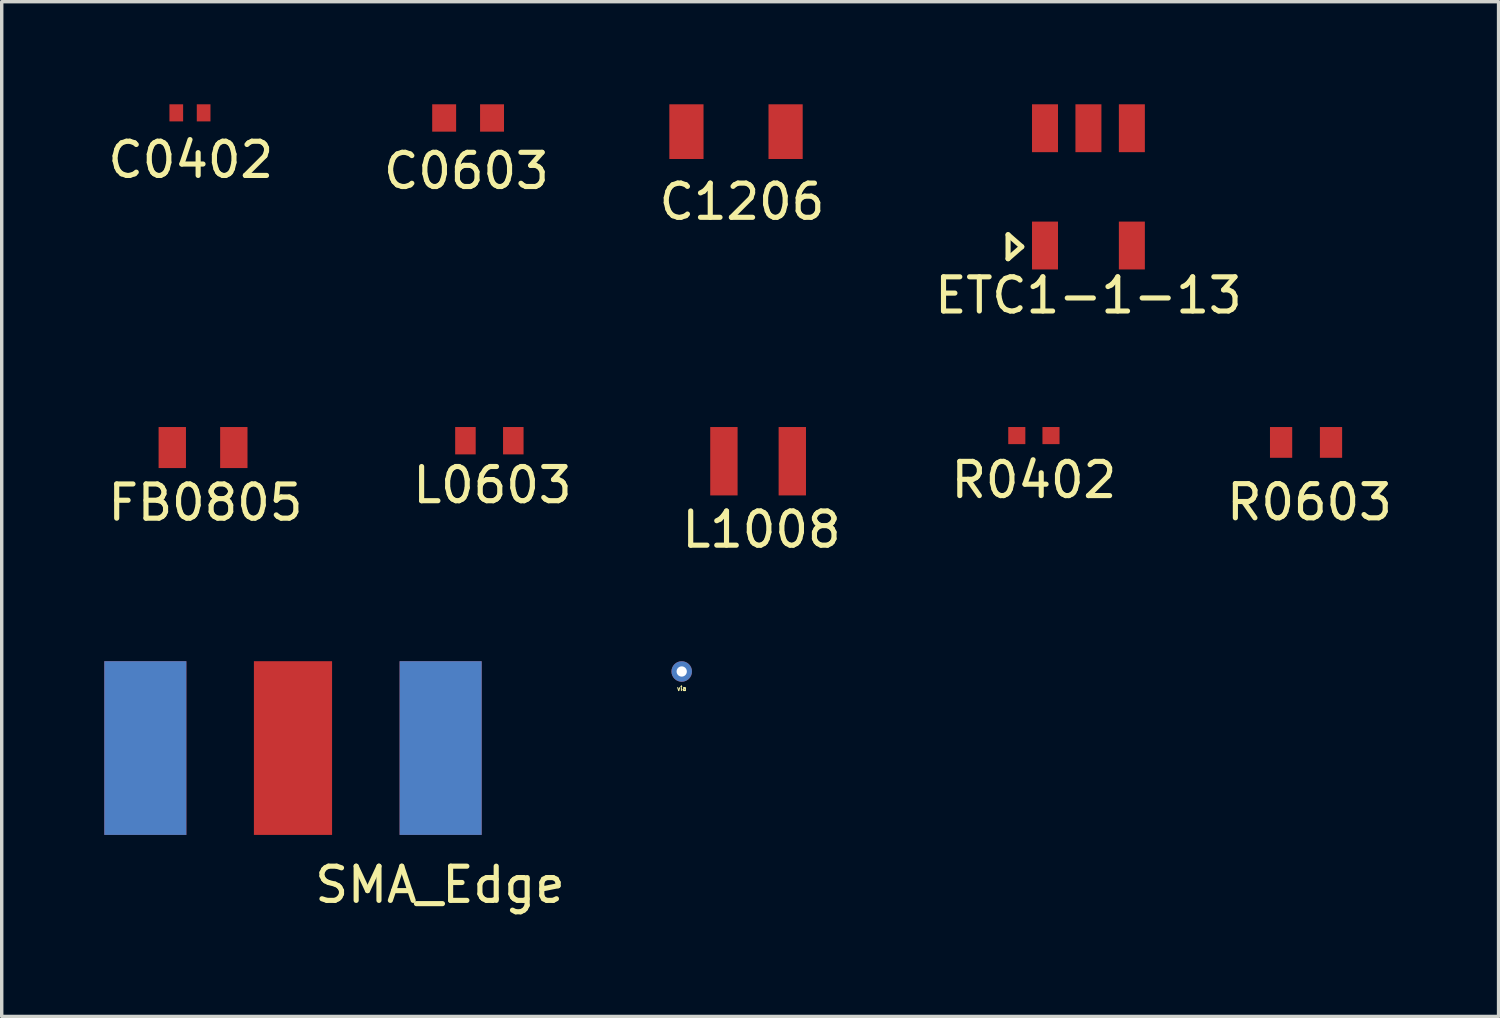
<source format=kicad_pcb>
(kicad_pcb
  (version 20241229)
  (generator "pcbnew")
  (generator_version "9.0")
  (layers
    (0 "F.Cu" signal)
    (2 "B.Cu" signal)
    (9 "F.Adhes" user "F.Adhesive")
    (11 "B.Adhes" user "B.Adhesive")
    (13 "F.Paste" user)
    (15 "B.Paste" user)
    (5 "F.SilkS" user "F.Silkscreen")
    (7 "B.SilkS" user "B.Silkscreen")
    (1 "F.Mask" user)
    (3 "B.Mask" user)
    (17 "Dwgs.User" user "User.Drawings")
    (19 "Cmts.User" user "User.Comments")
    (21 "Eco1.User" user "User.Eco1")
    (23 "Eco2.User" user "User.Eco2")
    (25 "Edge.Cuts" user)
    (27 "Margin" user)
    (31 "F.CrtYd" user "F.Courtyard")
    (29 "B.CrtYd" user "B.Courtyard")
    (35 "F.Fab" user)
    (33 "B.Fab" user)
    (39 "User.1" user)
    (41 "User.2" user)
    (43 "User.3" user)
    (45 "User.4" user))
  (footprint "L1008"
    (layer "F.Cu")
    (at 19.12 10.438)
    (property "Reference" "L1008" (at 0.1 2 0) (layer "F.SilkS") (effects (font (size 1 1) (thickness 0.15))))
    (attr smd)
    (pad "1" smd rect (at -1 0) (size 0.8 2) (layers "F.Cu" "F.Mask" "F.Paste"))
    (pad "2" smd rect (at 1 0) (size 0.8 2) (layers "F.Cu" "F.Mask" "F.Paste")))
  (footprint "C0402"
    (layer "F.Cu")
    (at 2.505 0.25)
    (property "Reference" "C0402" (at 0.025 1.375 0) (layer "F.SilkS") (effects (font (size 1 1) (thickness 0.15))))
    (attr through_hole)
    (pad "1" smd rect (at -0.4 0) (size 0.4 0.5) (layers "F.Cu" "F.Mask" "F.Paste"))
    (pad "2" smd rect (at 0.4 0) (size 0.4 0.5) (layers "F.Cu" "F.Mask" "F.Paste")))
  (footprint "FB0805"
    (layer "F.Cu")
    (at 2.888 10.038)
    (property "Reference" "FB0805" (at 0.07 1.61 0) (layer "F.SilkS") (effects (font (size 1 1) (thickness 0.15))))
    (attr through_hole)
    (pad "1" smd rect (at -0.9 0) (size 0.8 1.2) (layers "F.Cu" "F.Mask" "F.Paste"))
    (pad "2" smd rect (at 0.9 0) (size 0.8 1.2) (layers "F.Cu" "F.Mask" "F.Paste")))
  (footprint "ETC1-1-13"
    (layer "F.Cu")
    (at 28.78 2.415)
    (property "Reference" "ETC1-1-13" (at 0 3.175 0) (layer "F.SilkS") (effects (font (size 1 1) (thickness 0.15))))
    (attr through_hole)
    (fp_line (start -2.35 1.4) (end -2.35 2.1) (stroke (width 0.15) (type solid)) (layer "F.SilkS"))
    (fp_line (start -2.35 2.1) (end -1.95 1.75) (stroke (width 0.15) (type solid)) (layer "F.SilkS"))
    (fp_line (start -1.95 1.75) (end -2.35 1.4) (stroke (width 0.15) (type solid)) (layer "F.SilkS"))
    (pad "1" smd rect (at -1.27 1.715) (size 0.76 1.4) (layers "F.Cu" "F.Mask" "F.Paste"))
    (pad "2" smd rect (at 1.27 1.715) (size 0.76 1.4) (layers "F.Cu" "F.Mask" "F.Paste"))
    (pad "3" smd rect (at 1.27 -1.715) (size 0.76 1.4) (layers "F.Cu" "F.Mask" "F.Paste"))
    (pad "4" smd rect (at 0 -1.715) (size 0.76 1.4) (layers "F.Cu" "F.Mask" "F.Paste"))
    (pad "5" smd rect (at -1.27 -1.715) (size 0.76 1.4) (layers "F.Cu" "F.Mask" "F.Paste")))
  (footprint "C1206"
    (layer "F.Cu")
    (at 18.474 0.8)
    (property "Reference" "C1206" (at 0.175 2.05 0) (layer "F.SilkS") (effects (font (size 1 1) (thickness 0.15))))
    (attr smd)
    (pad "1" smd rect (at -1.45 0) (size 1 1.6) (layers "F.Cu" "F.Mask" "F.Paste"))
    (pad "2" smd rect (at 1.45 0) (size 1 1.6) (layers "F.Cu" "F.Mask" "F.Paste")))
  (footprint "R0603"
    (layer "F.Cu")
    (at 35.144 9.888)
    (property "Reference" "R0603" (at 0.1 1.75 0) (layer "F.SilkS") (effects (font (size 1 1) (thickness 0.15))))
    (attr smd)
    (pad "1" smd rect (at -0.73 0) (size 0.65 0.9) (layers "F.Cu" "F.Mask" "F.Paste"))
    (pad "2" smd rect (at 0.73 0) (size 0.65 0.9) (layers "F.Cu" "F.Mask" "F.Paste")))
  (footprint "C0603"
    (layer "F.Cu")
    (at 10.639 0.4)
    (property "Reference" "C0603" (at -0.05 1.55 0) (layer "F.SilkS") (effects (font (size 1 1) (thickness 0.15))))
    (attr smd)
    (pad "1" smd rect (at -0.7 0) (size 0.7 0.8) (layers "F.Cu" "F.Mask" "F.Paste"))
    (pad "2" smd rect (at 0.7 0) (size 0.7 0.8) (layers "F.Cu" "F.Mask" "F.Paste")))
  (footprint "SMA_Edge"
    (layer "F.Cu")
    (at 5.518 18.826)
    (property "Reference" "SMA_Edge" (at 4.3 4 0) (layer "F.SilkS") (effects (font (size 1 1) (thickness 0.15))))
    (attr through_hole)
    (pad "1" connect rect (at 0 0) (size 2.286 5.08) (layers "F.Cu" "F.Mask"))
    (pad "2" connect rect (at -4.318 0) (size 2.4 5.08) (layers "F.Cu" "F.Mask"))
    (pad "3" connect rect (at 4.318 0) (size 2.4 5.08) (layers "F.Cu" "F.Mask"))
    (pad "4" connect rect (at -4.318 0) (size 2.4 5.08) (layers "B.Cu" "B.Mask"))
    (pad "5" connect rect (at 4.318 0) (size 2.4 5.08) (layers "B.Cu" "B.Mask")))
  (footprint "R0402"
    (layer "F.Cu")
    (at 27.185 9.688)
    (property "Reference" "R0402" (at 0 1.3 0) (layer "F.SilkS") (effects (font (size 1 1) (thickness 0.15))))
    (attr through_hole)
    (pad "1" smd rect (at -0.5 0) (size 0.5 0.5) (layers "F.Cu" "F.Mask" "F.Paste"))
    (pad "2" smd rect (at 0.5 0) (size 0.5 0.5) (layers "F.Cu" "F.Mask" "F.Paste")))
  (footprint "L0603"
    (layer "F.Cu")
    (at 11.261 9.838)
    (property "Reference" "L0603" (at 0.09 1.3 0) (layer "F.SilkS") (effects (font (size 1 1) (thickness 0.15))))
    (attr smd)
    (pad "1" smd rect (at -0.7 0) (size 0.6 0.8) (layers "F.Cu" "F.Mask" "F.Paste"))
    (pad "2" smd rect (at 0.7 0) (size 0.6 0.8) (layers "F.Cu" "F.Mask" "F.Paste")))
  (footprint "via"
    (layer "F.Cu")
    (at 16.886 16.587)
    (property "Reference" "via" (at 0 0.5 0) (layer "F.SilkS") (effects (font (size 0.127 0.127) (thickness 0.032))))
    (attr through_hole)
    (pad "" thru_hole circle (at 0 0) (size 0.6 0.6) (drill 0.3) (layers "*.Cu")))
  (gr_rect
    (start -3 -3)
    (end 40.774 26.675)
    (stroke (width 0.1) (type default))
    (fill no)
    (layer "Edge.Cuts")))
</source>
